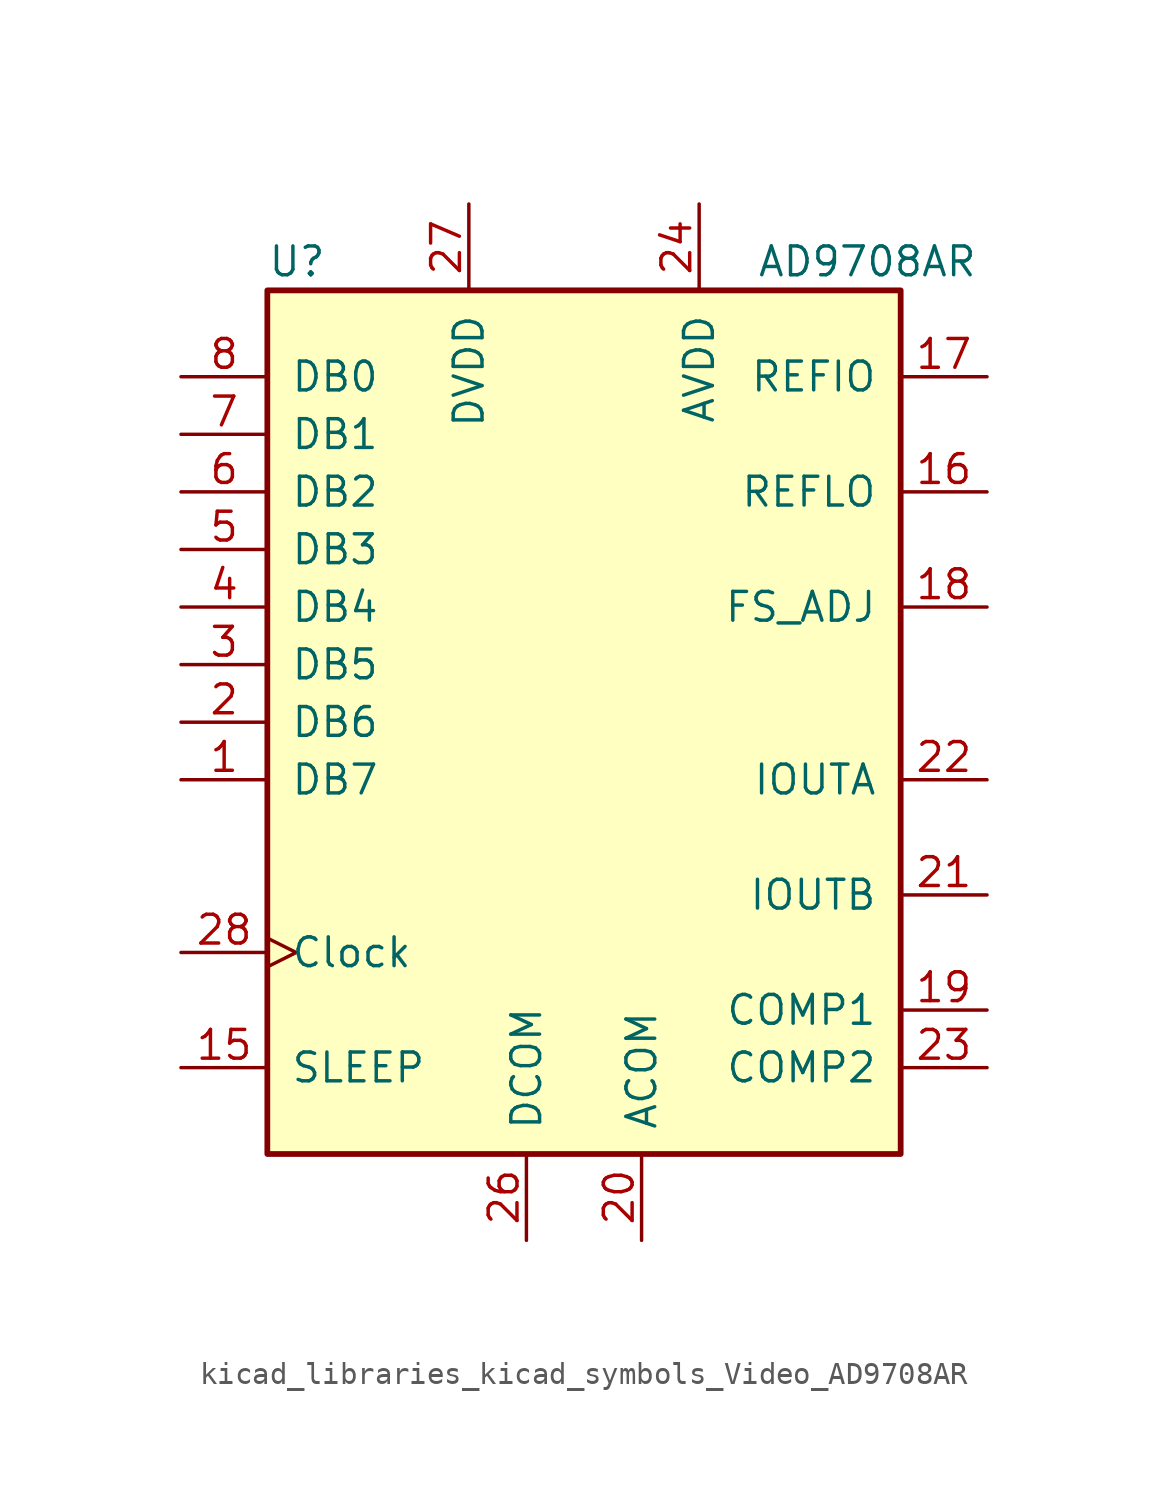
<source format=kicad_sym>
(kicad_symbol_lib
  (version 20220914)
  (generator kicad_symbol_editor)
  (symbol "kicad_libraries_kicad_symbols_Video_AD9708AR"
    (pin_names
      (offset 1.016))
    (property "Reference" "U"
      (at -13.97 20.32 0)
      (effects (font (size 1.27 1.27)) (justify left)))
    (property "Value" "AD9708AR"
      (at 7.62 20.32 0)
      (effects (font (size 1.27 1.27)) (justify left)))
    (symbol "kicad_libraries_kicad_symbols_Video_AD9708AR_0_1"
      (rectangle (start -13.97 19.05) (end 13.97 -19.05) (stroke (width 0.254) (type default)) (fill (type background))))
    (symbol "kicad_libraries_kicad_symbols_Video_AD9708AR_1_1"
      (pin input line (at -17.78 -2.54 0) (length 3.81) (name "DB7" (effects (font (size 1.27 1.27)))) (number "1" (effects (font (size 1.27 1.27)))))
      (pin input line (at -17.78 -15.24 0) (length 3.81) (name "SLEEP" (effects (font (size 1.27 1.27)))) (number "15" (effects (font (size 1.27 1.27)))))
      (pin power_in line (at 17.78 10.16 180) (length 3.81) (name "REFLO" (effects (font (size 1.27 1.27)))) (number "16" (effects (font (size 1.27 1.27)))))
      (pin bidirectional line (at 17.78 15.24 180) (length 3.81) (name "REFIO" (effects (font (size 1.27 1.27)))) (number "17" (effects (font (size 1.27 1.27)))))
      (pin output line (at 17.78 5.08 180) (length 3.81) (name "FS_ADJ" (effects (font (size 1.27 1.27)))) (number "18" (effects (font (size 1.27 1.27)))))
      (pin bidirectional line (at 17.78 -12.7 180) (length 3.81) (name "COMP1" (effects (font (size 1.27 1.27)))) (number "19" (effects (font (size 1.27 1.27)))))
      (pin input line (at -17.78 0 0) (length 3.81) (name "DB6" (effects (font (size 1.27 1.27)))) (number "2" (effects (font (size 1.27 1.27)))))
      (pin power_in line (at 2.54 -22.86 90) (length 3.81) (name "ACOM" (effects (font (size 1.27 1.27)))) (number "20" (effects (font (size 1.27 1.27)))))
      (pin output line (at 17.78 -7.62 180) (length 3.81) (name "IOUTB" (effects (font (size 1.27 1.27)))) (number "21" (effects (font (size 1.27 1.27)))))
      (pin output line (at 17.78 -2.54 180) (length 3.81) (name "IOUTA" (effects (font (size 1.27 1.27)))) (number "22" (effects (font (size 1.27 1.27)))))
      (pin bidirectional line (at 17.78 -15.24 180) (length 3.81) (name "COMP2" (effects (font (size 1.27 1.27)))) (number "23" (effects (font (size 1.27 1.27)))))
      (pin power_in line (at 5.08 22.86 270) (length 3.81) (name "AVDD" (effects (font (size 1.27 1.27)))) (number "24" (effects (font (size 1.27 1.27)))))
      (pin power_in line (at -2.54 -22.86 90) (length 3.81) (name "DCOM" (effects (font (size 1.27 1.27)))) (number "26" (effects (font (size 1.27 1.27)))))
      (pin power_in line (at -5.08 22.86 270) (length 3.81) (name "DVDD" (effects (font (size 1.27 1.27)))) (number "27" (effects (font (size 1.27 1.27)))))
      (pin input clock (at -17.78 -10.16 0) (length 3.81) (name "Clock" (effects (font (size 1.27 1.27)))) (number "28" (effects (font (size 1.27 1.27)))))
      (pin input line (at -17.78 2.54 0) (length 3.81) (name "DB5" (effects (font (size 1.27 1.27)))) (number "3" (effects (font (size 1.27 1.27)))))
      (pin input line (at -17.78 5.08 0) (length 3.81) (name "DB4" (effects (font (size 1.27 1.27)))) (number "4" (effects (font (size 1.27 1.27)))))
      (pin input line (at -17.78 7.62 0) (length 3.81) (name "DB3" (effects (font (size 1.27 1.27)))) (number "5" (effects (font (size 1.27 1.27)))))
      (pin input line (at -17.78 10.16 0) (length 3.81) (name "DB2" (effects (font (size 1.27 1.27)))) (number "6" (effects (font (size 1.27 1.27)))))
      (pin input line (at -17.78 12.7 0) (length 3.81) (name "DB1" (effects (font (size 1.27 1.27)))) (number "7" (effects (font (size 1.27 1.27)))))
      (pin input line (at -17.78 15.24 0) (length 3.81) (name "DB0" (effects (font (size 1.27 1.27)))) (number "8" (effects (font (size 1.27 1.27))))))))
</source>
